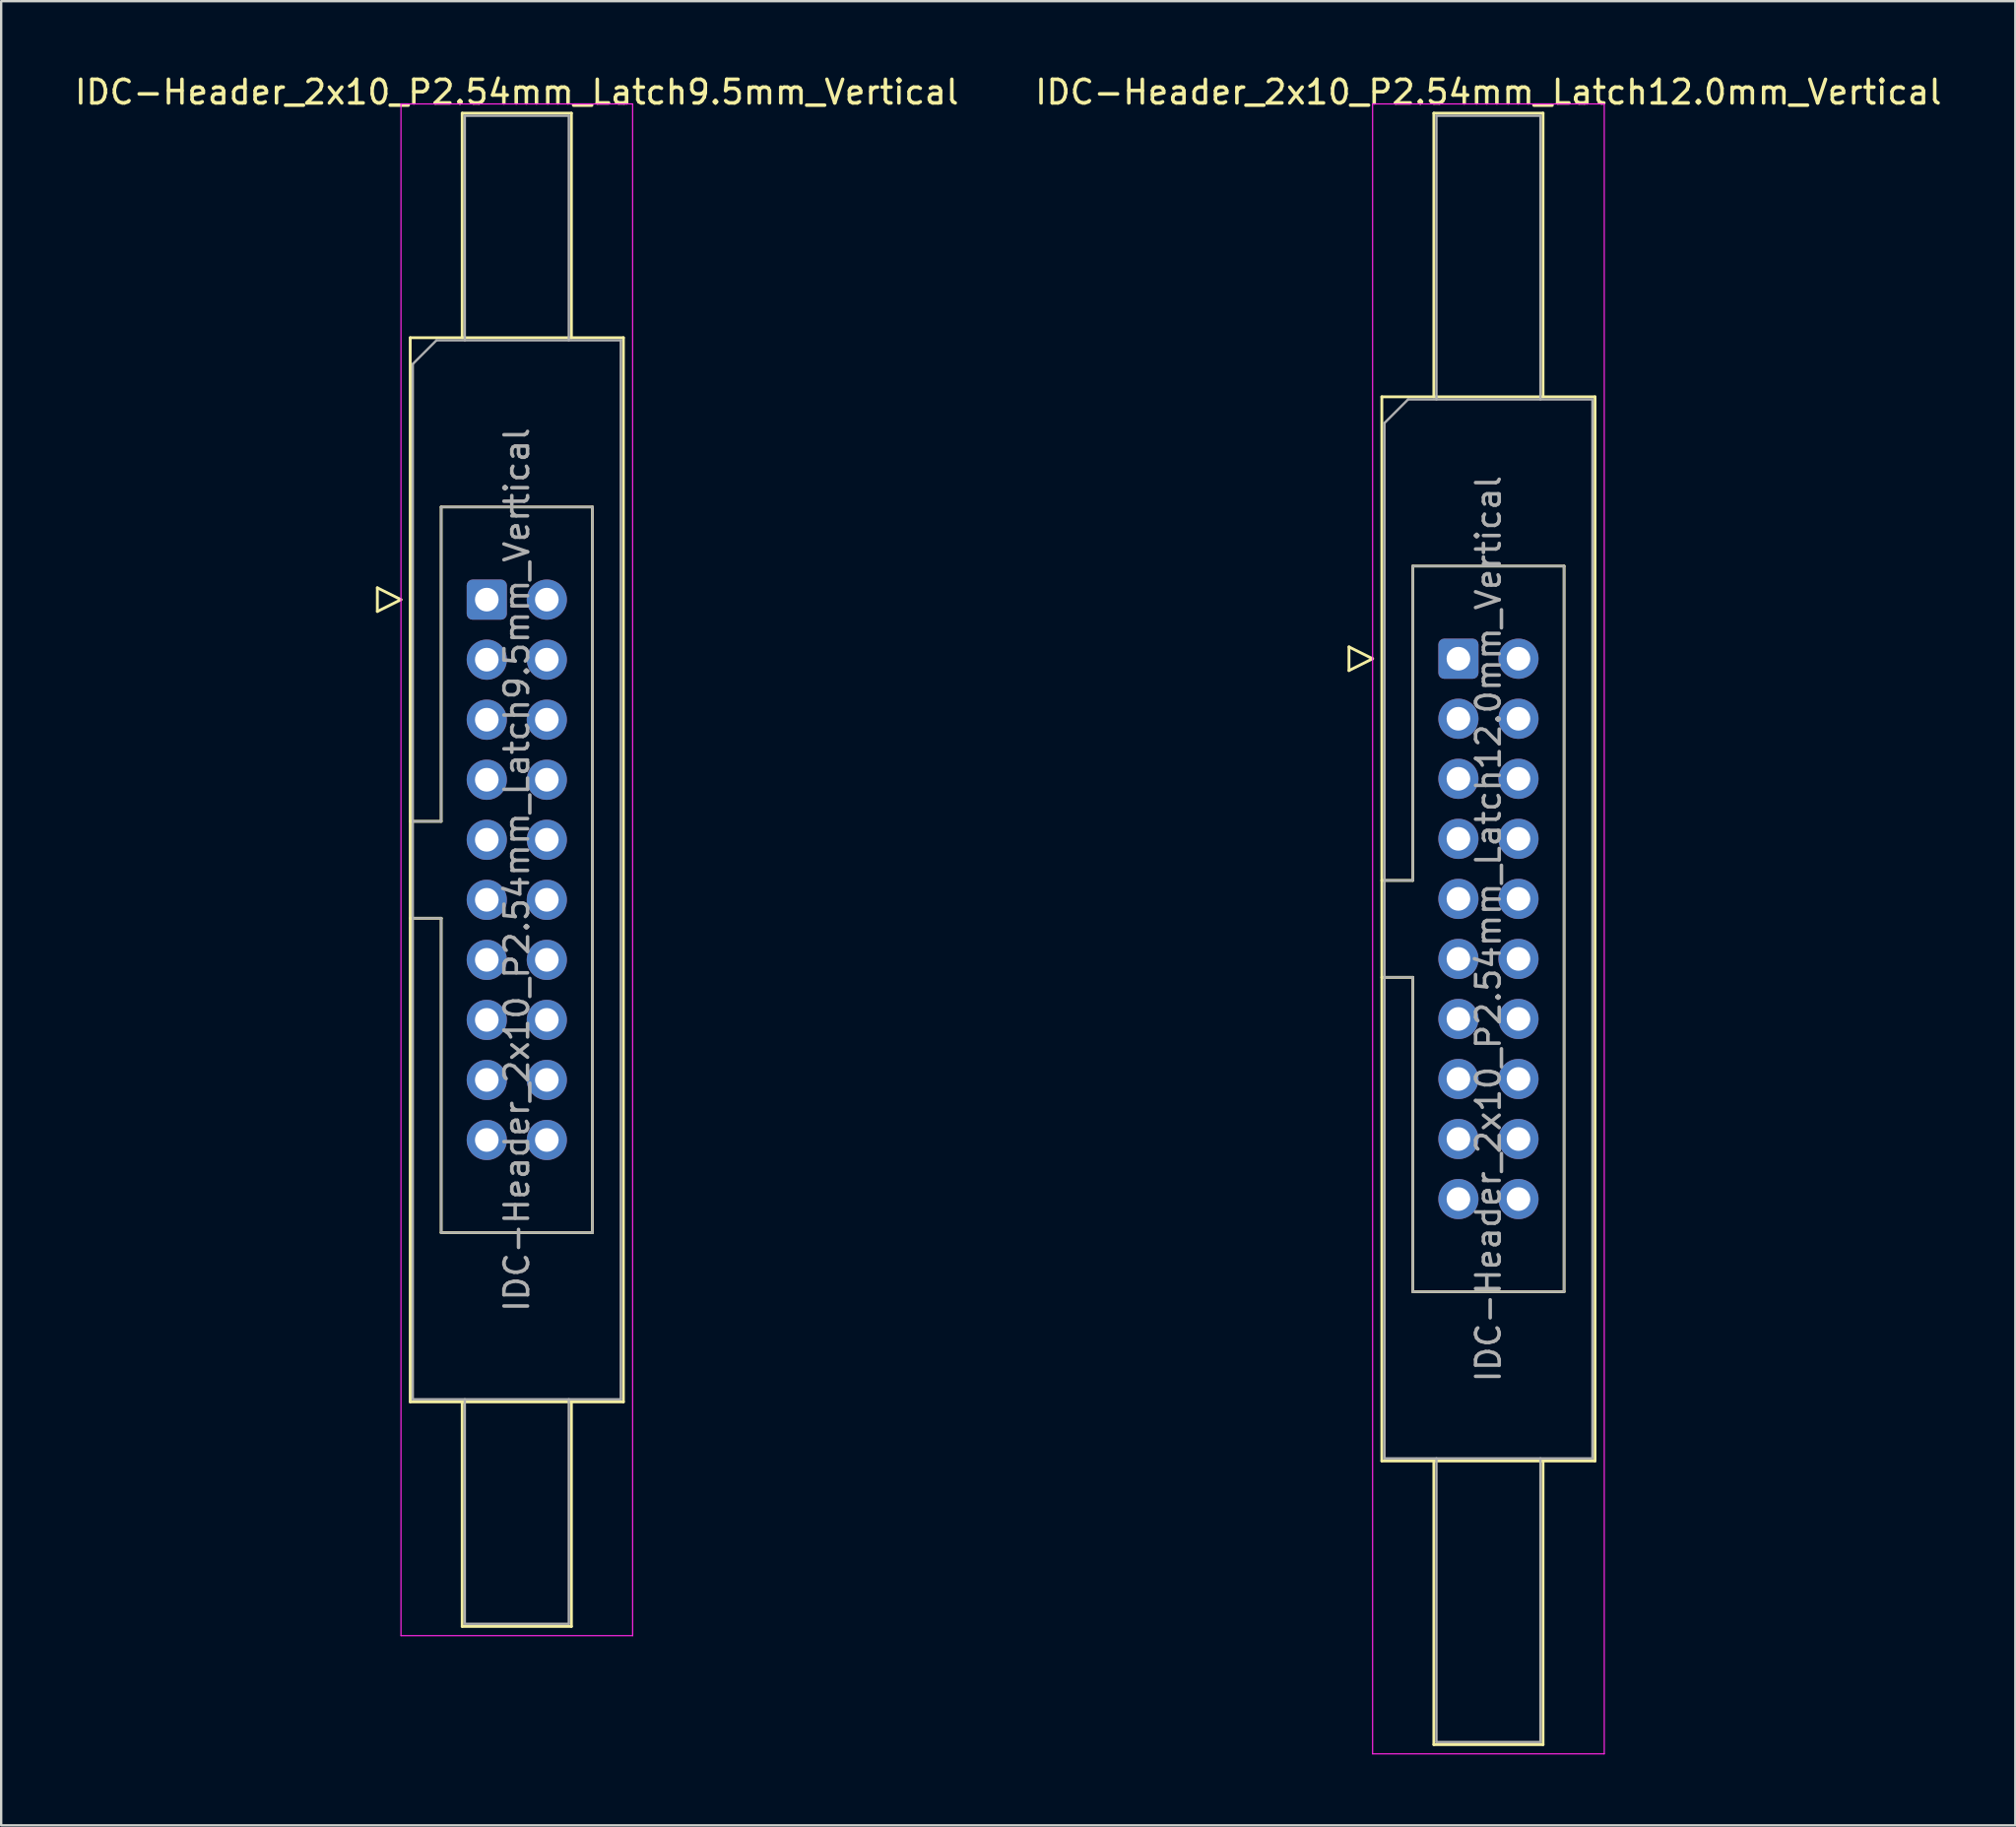
<source format=kicad_pcb>
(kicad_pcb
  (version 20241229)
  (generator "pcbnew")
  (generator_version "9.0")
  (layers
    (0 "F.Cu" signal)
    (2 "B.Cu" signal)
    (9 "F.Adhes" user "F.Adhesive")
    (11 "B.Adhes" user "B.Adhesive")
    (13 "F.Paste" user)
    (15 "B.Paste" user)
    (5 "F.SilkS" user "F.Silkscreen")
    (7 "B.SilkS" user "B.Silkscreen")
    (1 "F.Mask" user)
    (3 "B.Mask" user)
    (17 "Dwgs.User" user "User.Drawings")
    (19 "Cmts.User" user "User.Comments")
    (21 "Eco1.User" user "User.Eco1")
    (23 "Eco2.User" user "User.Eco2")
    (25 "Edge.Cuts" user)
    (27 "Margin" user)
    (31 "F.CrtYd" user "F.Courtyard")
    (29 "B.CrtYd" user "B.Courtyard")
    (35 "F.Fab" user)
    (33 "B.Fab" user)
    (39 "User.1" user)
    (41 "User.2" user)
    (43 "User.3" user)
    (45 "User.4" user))
  (footprint "IDC-Header_2x10_P2.54mm_Latch9.5mm_Vertical"
    (layer "F.Cu")
    (at 17.545 22.318)
    (property "Reference" "IDC-Header_2x10_P2.54mm_Latch9.5mm_Vertical" (at 1.27 -21.47 0) (layer "F.SilkS") (effects (font (size 1 1) (thickness 0.15))))
    (attr through_hole)
    (fp_line (start -4.63 -0.5) (end -4.63 0.5) (stroke (width 0.12) (type solid)) (layer "F.SilkS"))
    (fp_line (start -4.63 0.5) (end -3.63 0) (stroke (width 0.12) (type solid)) (layer "F.SilkS"))
    (fp_line (start -3.63 0) (end -4.63 -0.5) (stroke (width 0.12) (type solid)) (layer "F.SilkS"))
    (fp_line (start -3.24 -11.08) (end 5.78 -11.08) (stroke (width 0.12) (type solid)) (layer "F.SilkS"))
    (fp_line (start -3.24 9.38) (end -1.93 9.38) (stroke (width 0.12) (type solid)) (layer "F.SilkS"))
    (fp_line (start -3.24 33.94) (end -3.24 -11.08) (stroke (width 0.12) (type solid)) (layer "F.SilkS"))
    (fp_line (start -1.93 -3.92) (end 4.47 -3.92) (stroke (width 0.12) (type solid)) (layer "F.SilkS"))
    (fp_line (start -1.93 9.38) (end -1.93 -3.92) (stroke (width 0.12) (type solid)) (layer "F.SilkS"))
    (fp_line (start -1.93 13.48) (end -3.24 13.48) (stroke (width 0.12) (type solid)) (layer "F.SilkS"))
    (fp_line (start -1.93 13.48) (end -1.93 13.48) (stroke (width 0.12) (type solid)) (layer "F.SilkS"))
    (fp_line (start -1.93 26.78) (end -1.93 13.48) (stroke (width 0.12) (type solid)) (layer "F.SilkS"))
    (fp_line (start -1.04 -20.58) (end 3.58 -20.58) (stroke (width 0.12) (type solid)) (layer "F.SilkS"))
    (fp_line (start -1.04 -11.08) (end -1.04 -20.58) (stroke (width 0.12) (type solid)) (layer "F.SilkS"))
    (fp_line (start -1.04 33.94) (end -1.04 43.44) (stroke (width 0.12) (type solid)) (layer "F.SilkS"))
    (fp_line (start -1.04 43.44) (end 3.58 43.44) (stroke (width 0.12) (type solid)) (layer "F.SilkS"))
    (fp_line (start 3.58 -20.58) (end 3.58 -11.08) (stroke (width 0.12) (type solid)) (layer "F.SilkS"))
    (fp_line (start 3.58 43.44) (end 3.58 33.94) (stroke (width 0.12) (type solid)) (layer "F.SilkS"))
    (fp_line (start 4.47 -3.92) (end 4.47 26.78) (stroke (width 0.12) (type solid)) (layer "F.SilkS"))
    (fp_line (start 4.47 26.78) (end -1.93 26.78) (stroke (width 0.12) (type solid)) (layer "F.SilkS"))
    (fp_line (start 5.78 -11.08) (end 5.78 33.94) (stroke (width 0.12) (type solid)) (layer "F.SilkS"))
    (fp_line (start 5.78 33.94) (end -3.24 33.94) (stroke (width 0.12) (type solid)) (layer "F.SilkS"))
    (fp_line (start -3.63 -20.97) (end -3.63 43.83) (stroke (width 0.05) (type solid)) (layer "F.CrtYd"))
    (fp_line (start -3.63 43.83) (end 6.17 43.83) (stroke (width 0.05) (type solid)) (layer "F.CrtYd"))
    (fp_line (start 6.17 -20.97) (end -3.63 -20.97) (stroke (width 0.05) (type solid)) (layer "F.CrtYd"))
    (fp_line (start 6.17 43.83) (end 6.17 -20.97) (stroke (width 0.05) (type solid)) (layer "F.CrtYd"))
    (fp_line (start -3.13 -9.97) (end -2.13 -10.97) (stroke (width 0.1) (type solid)) (layer "F.Fab"))
    (fp_line (start -3.13 9.38) (end -1.93 9.38) (stroke (width 0.1) (type solid)) (layer "F.Fab"))
    (fp_line (start -3.13 33.83) (end -3.13 -9.97) (stroke (width 0.1) (type solid)) (layer "F.Fab"))
    (fp_line (start -2.13 -10.97) (end 5.67 -10.97) (stroke (width 0.1) (type solid)) (layer "F.Fab"))
    (fp_line (start -1.93 -3.92) (end 4.47 -3.92) (stroke (width 0.1) (type solid)) (layer "F.Fab"))
    (fp_line (start -1.93 9.38) (end -1.93 -3.92) (stroke (width 0.1) (type solid)) (layer "F.Fab"))
    (fp_line (start -1.93 13.48) (end -3.13 13.48) (stroke (width 0.1) (type solid)) (layer "F.Fab"))
    (fp_line (start -1.93 13.48) (end -1.93 13.48) (stroke (width 0.1) (type solid)) (layer "F.Fab"))
    (fp_line (start -1.93 26.78) (end -1.93 13.48) (stroke (width 0.1) (type solid)) (layer "F.Fab"))
    (fp_line (start -0.93 -20.47) (end 3.47 -20.47) (stroke (width 0.1) (type solid)) (layer "F.Fab"))
    (fp_line (start -0.93 -10.97) (end -0.93 -20.47) (stroke (width 0.1) (type solid)) (layer "F.Fab"))
    (fp_line (start -0.93 33.83) (end -0.93 43.33) (stroke (width 0.1) (type solid)) (layer "F.Fab"))
    (fp_line (start -0.93 43.33) (end 3.47 43.33) (stroke (width 0.1) (type solid)) (layer "F.Fab"))
    (fp_line (start 3.47 -20.47) (end 3.47 -10.97) (stroke (width 0.1) (type solid)) (layer "F.Fab"))
    (fp_line (start 3.47 43.33) (end 3.47 33.83) (stroke (width 0.1) (type solid)) (layer "F.Fab"))
    (fp_line (start 4.47 -3.92) (end 4.47 26.78) (stroke (width 0.1) (type solid)) (layer "F.Fab"))
    (fp_line (start 4.47 26.78) (end -1.93 26.78) (stroke (width 0.1) (type solid)) (layer "F.Fab"))
    (fp_line (start 5.67 -10.97) (end 5.67 33.83) (stroke (width 0.1) (type solid)) (layer "F.Fab"))
    (fp_line (start 5.67 33.83) (end -3.13 33.83) (stroke (width 0.1) (type solid)) (layer "F.Fab"))
    (fp_text user "${REFERENCE}" (at 1.27 11.43 90) (layer "F.Fab") (effects (font (size 1 1) (thickness 0.15))))
    (pad "1" thru_hole roundrect (at 0 0) (size 1.7 1.7) (drill 1) (layers "*.Cu" "*.Mask") (roundrect_rratio 0.147))
    (pad "2" thru_hole circle (at 2.54 0) (size 1.7 1.7) (drill 1) (layers "*.Cu" "*.Mask"))
    (pad "3" thru_hole circle (at 0 2.54) (size 1.7 1.7) (drill 1) (layers "*.Cu" "*.Mask"))
    (pad "4" thru_hole circle (at 2.54 2.54) (size 1.7 1.7) (drill 1) (layers "*.Cu" "*.Mask"))
    (pad "5" thru_hole circle (at 0 5.08) (size 1.7 1.7) (drill 1) (layers "*.Cu" "*.Mask"))
    (pad "6" thru_hole circle (at 2.54 5.08) (size 1.7 1.7) (drill 1) (layers "*.Cu" "*.Mask"))
    (pad "7" thru_hole circle (at 0 7.62) (size 1.7 1.7) (drill 1) (layers "*.Cu" "*.Mask"))
    (pad "8" thru_hole circle (at 2.54 7.62) (size 1.7 1.7) (drill 1) (layers "*.Cu" "*.Mask"))
    (pad "9" thru_hole circle (at 0 10.16) (size 1.7 1.7) (drill 1) (layers "*.Cu" "*.Mask"))
    (pad "10" thru_hole circle (at 2.54 10.16) (size 1.7 1.7) (drill 1) (layers "*.Cu" "*.Mask"))
    (pad "11" thru_hole circle (at 0 12.7) (size 1.7 1.7) (drill 1) (layers "*.Cu" "*.Mask"))
    (pad "12" thru_hole circle (at 2.54 12.7) (size 1.7 1.7) (drill 1) (layers "*.Cu" "*.Mask"))
    (pad "13" thru_hole circle (at 0 15.24) (size 1.7 1.7) (drill 1) (layers "*.Cu" "*.Mask"))
    (pad "14" thru_hole circle (at 2.54 15.24) (size 1.7 1.7) (drill 1) (layers "*.Cu" "*.Mask"))
    (pad "15" thru_hole circle (at 0 17.78) (size 1.7 1.7) (drill 1) (layers "*.Cu" "*.Mask"))
    (pad "16" thru_hole circle (at 2.54 17.78) (size 1.7 1.7) (drill 1) (layers "*.Cu" "*.Mask"))
    (pad "17" thru_hole circle (at 0 20.32) (size 1.7 1.7) (drill 1) (layers "*.Cu" "*.Mask"))
    (pad "18" thru_hole circle (at 2.54 20.32) (size 1.7 1.7) (drill 1) (layers "*.Cu" "*.Mask"))
    (pad "19" thru_hole circle (at 0 22.86) (size 1.7 1.7) (drill 1) (layers "*.Cu" "*.Mask"))
    (pad "20" thru_hole circle (at 2.54 22.86) (size 1.7 1.7) (drill 1) (layers "*.Cu" "*.Mask")))
  (footprint "IDC-Header_2x10_P2.54mm_Latch12.0mm_Vertical"
    (layer "F.Cu")
    (at 58.653 24.818)
    (property "Reference" "IDC-Header_2x10_P2.54mm_Latch12.0mm_Vertical" (at 1.27 -23.97 0) (layer "F.SilkS") (effects (font (size 1 1) (thickness 0.15))))
    (attr through_hole)
    (fp_line (start -4.63 -0.5) (end -4.63 0.5) (stroke (width 0.12) (type solid)) (layer "F.SilkS"))
    (fp_line (start -4.63 0.5) (end -3.63 0) (stroke (width 0.12) (type solid)) (layer "F.SilkS"))
    (fp_line (start -3.63 0) (end -4.63 -0.5) (stroke (width 0.12) (type solid)) (layer "F.SilkS"))
    (fp_line (start -3.24 -11.08) (end 5.78 -11.08) (stroke (width 0.12) (type solid)) (layer "F.SilkS"))
    (fp_line (start -3.24 9.38) (end -1.93 9.38) (stroke (width 0.12) (type solid)) (layer "F.SilkS"))
    (fp_line (start -3.24 33.94) (end -3.24 -11.08) (stroke (width 0.12) (type solid)) (layer "F.SilkS"))
    (fp_line (start -1.93 -3.92) (end 4.47 -3.92) (stroke (width 0.12) (type solid)) (layer "F.SilkS"))
    (fp_line (start -1.93 9.38) (end -1.93 -3.92) (stroke (width 0.12) (type solid)) (layer "F.SilkS"))
    (fp_line (start -1.93 13.48) (end -3.24 13.48) (stroke (width 0.12) (type solid)) (layer "F.SilkS"))
    (fp_line (start -1.93 13.48) (end -1.93 13.48) (stroke (width 0.12) (type solid)) (layer "F.SilkS"))
    (fp_line (start -1.93 26.78) (end -1.93 13.48) (stroke (width 0.12) (type solid)) (layer "F.SilkS"))
    (fp_line (start -1.04 -23.08) (end 3.58 -23.08) (stroke (width 0.12) (type solid)) (layer "F.SilkS"))
    (fp_line (start -1.04 -11.08) (end -1.04 -23.08) (stroke (width 0.12) (type solid)) (layer "F.SilkS"))
    (fp_line (start -1.04 33.94) (end -1.04 45.94) (stroke (width 0.12) (type solid)) (layer "F.SilkS"))
    (fp_line (start -1.04 45.94) (end 3.58 45.94) (stroke (width 0.12) (type solid)) (layer "F.SilkS"))
    (fp_line (start 3.58 -23.08) (end 3.58 -11.08) (stroke (width 0.12) (type solid)) (layer "F.SilkS"))
    (fp_line (start 3.58 45.94) (end 3.58 33.94) (stroke (width 0.12) (type solid)) (layer "F.SilkS"))
    (fp_line (start 4.47 -3.92) (end 4.47 26.78) (stroke (width 0.12) (type solid)) (layer "F.SilkS"))
    (fp_line (start 4.47 26.78) (end -1.93 26.78) (stroke (width 0.12) (type solid)) (layer "F.SilkS"))
    (fp_line (start 5.78 -11.08) (end 5.78 33.94) (stroke (width 0.12) (type solid)) (layer "F.SilkS"))
    (fp_line (start 5.78 33.94) (end -3.24 33.94) (stroke (width 0.12) (type solid)) (layer "F.SilkS"))
    (fp_line (start -3.63 -23.47) (end -3.63 46.33) (stroke (width 0.05) (type solid)) (layer "F.CrtYd"))
    (fp_line (start -3.63 46.33) (end 6.17 46.33) (stroke (width 0.05) (type solid)) (layer "F.CrtYd"))
    (fp_line (start 6.17 -23.47) (end -3.63 -23.47) (stroke (width 0.05) (type solid)) (layer "F.CrtYd"))
    (fp_line (start 6.17 46.33) (end 6.17 -23.47) (stroke (width 0.05) (type solid)) (layer "F.CrtYd"))
    (fp_line (start -3.13 -9.97) (end -2.13 -10.97) (stroke (width 0.1) (type solid)) (layer "F.Fab"))
    (fp_line (start -3.13 9.38) (end -1.93 9.38) (stroke (width 0.1) (type solid)) (layer "F.Fab"))
    (fp_line (start -3.13 33.83) (end -3.13 -9.97) (stroke (width 0.1) (type solid)) (layer "F.Fab"))
    (fp_line (start -2.13 -10.97) (end 5.67 -10.97) (stroke (width 0.1) (type solid)) (layer "F.Fab"))
    (fp_line (start -1.93 -3.92) (end 4.47 -3.92) (stroke (width 0.1) (type solid)) (layer "F.Fab"))
    (fp_line (start -1.93 9.38) (end -1.93 -3.92) (stroke (width 0.1) (type solid)) (layer "F.Fab"))
    (fp_line (start -1.93 13.48) (end -3.13 13.48) (stroke (width 0.1) (type solid)) (layer "F.Fab"))
    (fp_line (start -1.93 13.48) (end -1.93 13.48) (stroke (width 0.1) (type solid)) (layer "F.Fab"))
    (fp_line (start -1.93 26.78) (end -1.93 13.48) (stroke (width 0.1) (type solid)) (layer "F.Fab"))
    (fp_line (start -0.93 -22.97) (end 3.47 -22.97) (stroke (width 0.1) (type solid)) (layer "F.Fab"))
    (fp_line (start -0.93 -10.97) (end -0.93 -22.97) (stroke (width 0.1) (type solid)) (layer "F.Fab"))
    (fp_line (start -0.93 33.83) (end -0.93 45.83) (stroke (width 0.1) (type solid)) (layer "F.Fab"))
    (fp_line (start -0.93 45.83) (end 3.47 45.83) (stroke (width 0.1) (type solid)) (layer "F.Fab"))
    (fp_line (start 3.47 -22.97) (end 3.47 -10.97) (stroke (width 0.1) (type solid)) (layer "F.Fab"))
    (fp_line (start 3.47 45.83) (end 3.47 33.83) (stroke (width 0.1) (type solid)) (layer "F.Fab"))
    (fp_line (start 4.47 -3.92) (end 4.47 26.78) (stroke (width 0.1) (type solid)) (layer "F.Fab"))
    (fp_line (start 4.47 26.78) (end -1.93 26.78) (stroke (width 0.1) (type solid)) (layer "F.Fab"))
    (fp_line (start 5.67 -10.97) (end 5.67 33.83) (stroke (width 0.1) (type solid)) (layer "F.Fab"))
    (fp_line (start 5.67 33.83) (end -3.13 33.83) (stroke (width 0.1) (type solid)) (layer "F.Fab"))
    (fp_text user "${REFERENCE}" (at 1.27 11.43 90) (layer "F.Fab") (effects (font (size 1 1) (thickness 0.15))))
    (pad "1" thru_hole roundrect (at 0 0) (size 1.7 1.7) (drill 1) (layers "*.Cu" "*.Mask") (roundrect_rratio 0.147))
    (pad "2" thru_hole circle (at 2.54 0) (size 1.7 1.7) (drill 1) (layers "*.Cu" "*.Mask"))
    (pad "3" thru_hole circle (at 0 2.54) (size 1.7 1.7) (drill 1) (layers "*.Cu" "*.Mask"))
    (pad "4" thru_hole circle (at 2.54 2.54) (size 1.7 1.7) (drill 1) (layers "*.Cu" "*.Mask"))
    (pad "5" thru_hole circle (at 0 5.08) (size 1.7 1.7) (drill 1) (layers "*.Cu" "*.Mask"))
    (pad "6" thru_hole circle (at 2.54 5.08) (size 1.7 1.7) (drill 1) (layers "*.Cu" "*.Mask"))
    (pad "7" thru_hole circle (at 0 7.62) (size 1.7 1.7) (drill 1) (layers "*.Cu" "*.Mask"))
    (pad "8" thru_hole circle (at 2.54 7.62) (size 1.7 1.7) (drill 1) (layers "*.Cu" "*.Mask"))
    (pad "9" thru_hole circle (at 0 10.16) (size 1.7 1.7) (drill 1) (layers "*.Cu" "*.Mask"))
    (pad "10" thru_hole circle (at 2.54 10.16) (size 1.7 1.7) (drill 1) (layers "*.Cu" "*.Mask"))
    (pad "11" thru_hole circle (at 0 12.7) (size 1.7 1.7) (drill 1) (layers "*.Cu" "*.Mask"))
    (pad "12" thru_hole circle (at 2.54 12.7) (size 1.7 1.7) (drill 1) (layers "*.Cu" "*.Mask"))
    (pad "13" thru_hole circle (at 0 15.24) (size 1.7 1.7) (drill 1) (layers "*.Cu" "*.Mask"))
    (pad "14" thru_hole circle (at 2.54 15.24) (size 1.7 1.7) (drill 1) (layers "*.Cu" "*.Mask"))
    (pad "15" thru_hole circle (at 0 17.78) (size 1.7 1.7) (drill 1) (layers "*.Cu" "*.Mask"))
    (pad "16" thru_hole circle (at 2.54 17.78) (size 1.7 1.7) (drill 1) (layers "*.Cu" "*.Mask"))
    (pad "17" thru_hole circle (at 0 20.32) (size 1.7 1.7) (drill 1) (layers "*.Cu" "*.Mask"))
    (pad "18" thru_hole circle (at 2.54 20.32) (size 1.7 1.7) (drill 1) (layers "*.Cu" "*.Mask"))
    (pad "19" thru_hole circle (at 0 22.86) (size 1.7 1.7) (drill 1) (layers "*.Cu" "*.Mask"))
    (pad "20" thru_hole circle (at 2.54 22.86) (size 1.7 1.7) (drill 1) (layers "*.Cu" "*.Mask")))
  (gr_rect
    (start -3 -3)
    (end 82.214 74.173)
    (stroke (width 0.1) (type default))
    (fill no)
    (layer "Edge.Cuts")))
</source>
